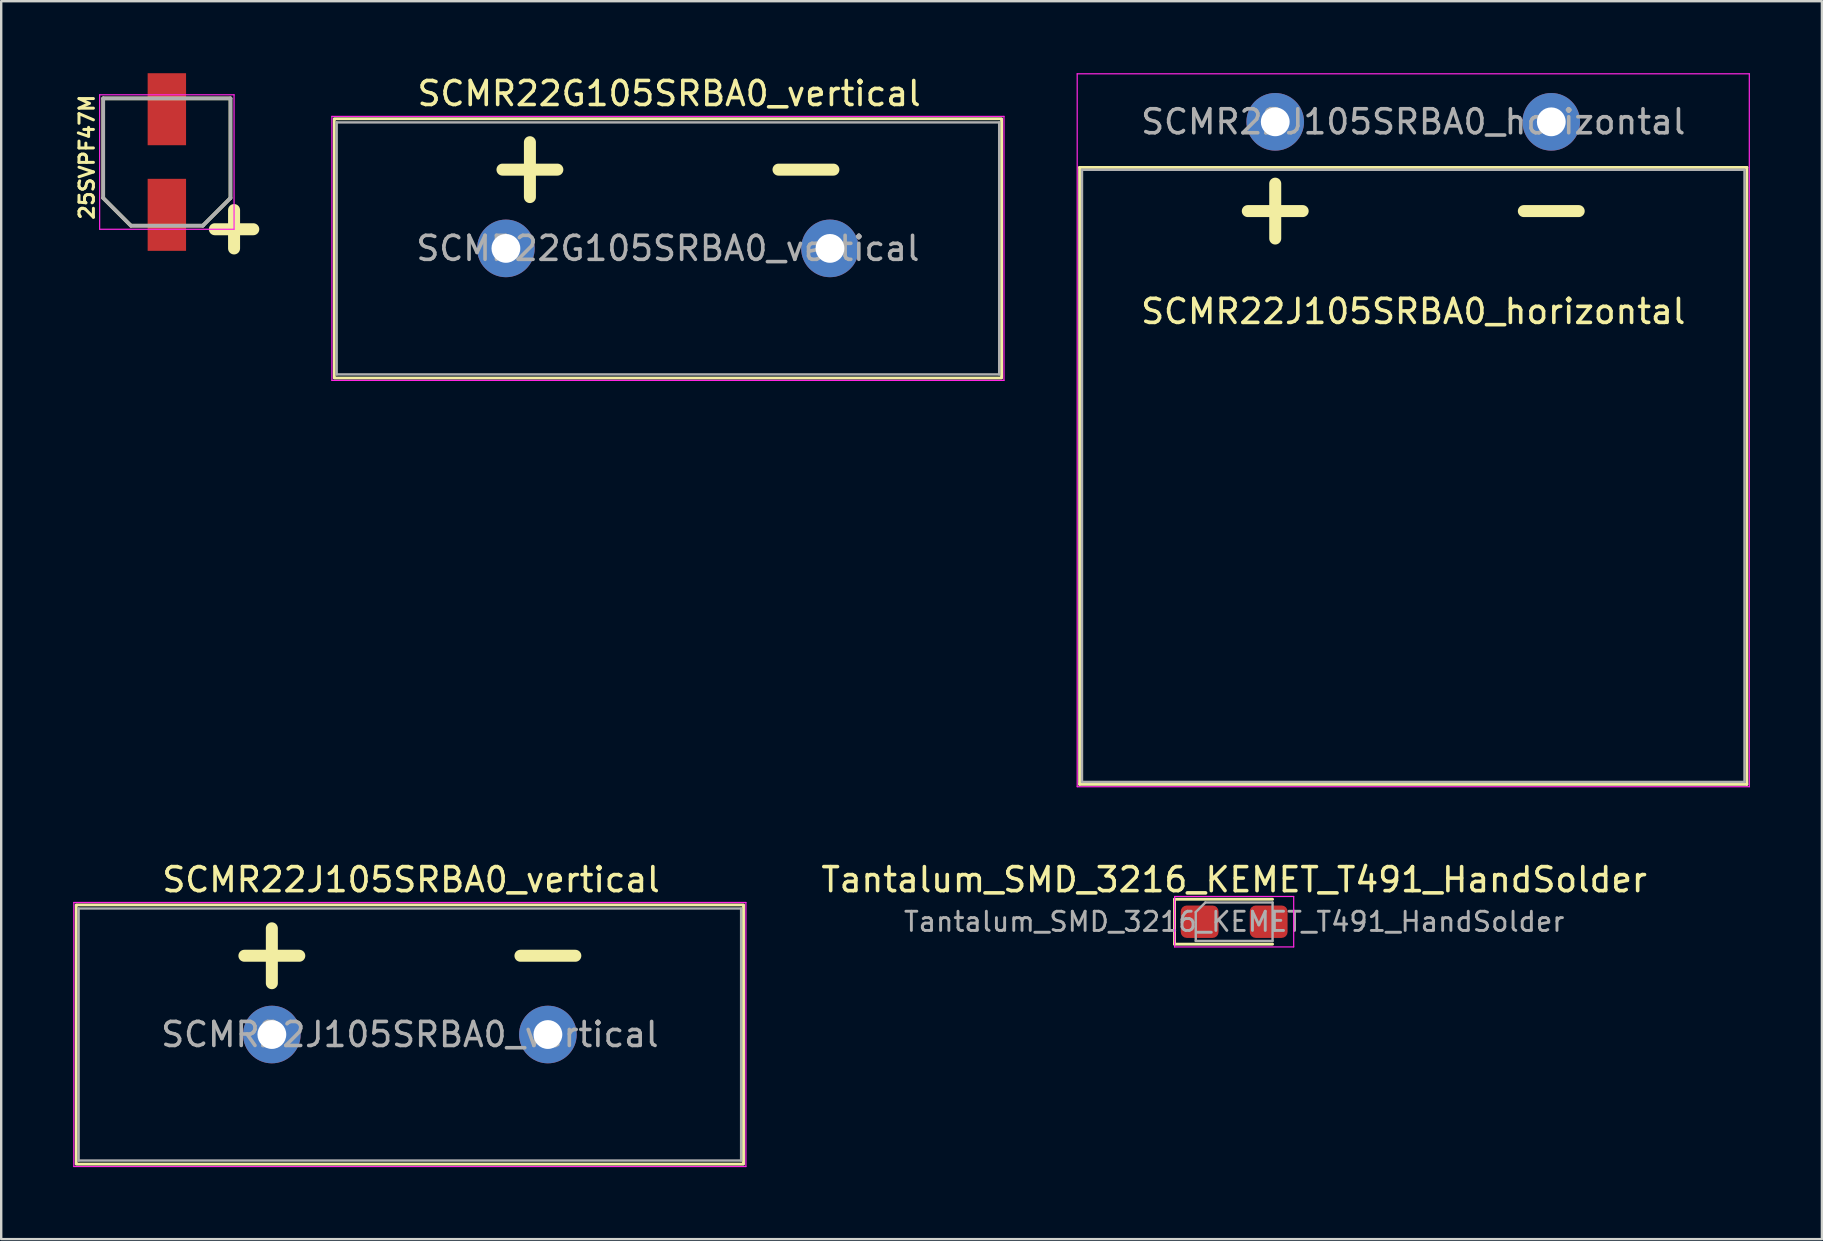
<source format=kicad_pcb>
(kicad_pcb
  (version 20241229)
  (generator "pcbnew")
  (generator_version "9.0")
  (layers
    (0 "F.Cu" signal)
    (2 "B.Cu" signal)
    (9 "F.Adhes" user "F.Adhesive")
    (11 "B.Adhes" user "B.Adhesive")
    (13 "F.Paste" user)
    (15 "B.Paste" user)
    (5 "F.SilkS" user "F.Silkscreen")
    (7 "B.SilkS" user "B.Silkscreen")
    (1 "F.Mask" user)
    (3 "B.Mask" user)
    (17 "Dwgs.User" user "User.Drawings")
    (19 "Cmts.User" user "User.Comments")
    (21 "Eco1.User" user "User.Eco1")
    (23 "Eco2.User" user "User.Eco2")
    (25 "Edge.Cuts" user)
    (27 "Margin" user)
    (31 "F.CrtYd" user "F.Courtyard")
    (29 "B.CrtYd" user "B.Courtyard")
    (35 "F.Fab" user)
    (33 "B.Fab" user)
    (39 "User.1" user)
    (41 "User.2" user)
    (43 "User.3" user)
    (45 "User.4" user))
  (footprint "SCMR22J105SRBA0_vertical"
    (layer "F.Cu")
    (at 14.025 40.048)
    (property "Reference" "SCMR22J105SRBA0_vertical" (at 0.05 -6.45 0) (layer "F.SilkS") (effects (font (size 1 1) (thickness 0.15))))
    (attr through_hole)
    (fp_line (start -13.9 -5.4) (end 13.9 -5.4) (stroke (width 0.12) (type solid)) (layer "F.SilkS"))
    (fp_line (start -13.9 -5.37) (end -13.9 5.37) (stroke (width 0.12) (type solid)) (layer "F.SilkS"))
    (fp_line (start -13.9 5.4) (end 13.9 5.4) (stroke (width 0.12) (type solid)) (layer "F.SilkS"))
    (fp_line (start 13.9 -5.37) (end 13.9 5.37) (stroke (width 0.12) (type solid)) (layer "F.SilkS"))
    (fp_line (start -14 -5.5) (end -14 5.5) (stroke (width 0.05) (type solid)) (layer "F.CrtYd"))
    (fp_line (start -14 5.5) (end 14 5.5) (stroke (width 0.05) (type solid)) (layer "F.CrtYd"))
    (fp_line (start 14 -5.5) (end -14 -5.5) (stroke (width 0.05) (type solid)) (layer "F.CrtYd"))
    (fp_line (start 14 5.5) (end 14 -5.5) (stroke (width 0.05) (type solid)) (layer "F.CrtYd"))
    (fp_line (start -13.8 -5.25) (end -13.8 5.25) (stroke (width 0.1) (type solid)) (layer "F.Fab"))
    (fp_line (start -13.8 5.25) (end 13.8 5.25) (stroke (width 0.1) (type solid)) (layer "F.Fab"))
    (fp_line (start 13.8 -5.25) (end -13.8 -5.25) (stroke (width 0.1) (type solid)) (layer "F.Fab"))
    (fp_line (start 13.8 5.25) (end 13.8 -5.25) (stroke (width 0.1) (type solid)) (layer "F.Fab"))
    (fp_text user "+" (at -5.75 -3.5 0) (layer "F.SilkS") (effects (font (size 3 3) (thickness 0.5))))
    (fp_text user "-" (at 5.75 -3.5 0) (layer "F.SilkS") (effects (font (size 3 3) (thickness 0.5))))
    (fp_text user "${REFERENCE}" (at 0 0 0) (layer "F.Fab") (effects (font (size 1 1) (thickness 0.15))))
    (pad "1" thru_hole circle (at -5.75 0) (size 2.4 2.4) (drill 1.2) (layers "*.Cu" "*.Mask"))
    (pad "2" thru_hole circle (at 5.75 0) (size 2.4 2.4) (drill 1.2) (layers "*.Cu" "*.Mask")))
  (footprint "SCMR22G105SRBA0_vertical"
    (layer "F.Cu")
    (at 24.776 7.298)
    (property "Reference" "SCMR22G105SRBA0_vertical" (at 0.05 -6.45 0) (layer "F.SilkS") (effects (font (size 1 1) (thickness 0.15))))
    (attr through_hole)
    (fp_line (start -13.9 -5.4) (end 13.9 -5.4) (stroke (width 0.12) (type solid)) (layer "F.SilkS"))
    (fp_line (start -13.9 -5.37) (end -13.9 5.37) (stroke (width 0.12) (type solid)) (layer "F.SilkS"))
    (fp_line (start -13.9 5.4) (end 13.9 5.4) (stroke (width 0.12) (type solid)) (layer "F.SilkS"))
    (fp_line (start 13.9 -5.37) (end 13.9 5.37) (stroke (width 0.12) (type solid)) (layer "F.SilkS"))
    (fp_line (start -14 -5.5) (end -14 5.5) (stroke (width 0.05) (type solid)) (layer "F.CrtYd"))
    (fp_line (start -14 5.5) (end 14 5.5) (stroke (width 0.05) (type solid)) (layer "F.CrtYd"))
    (fp_line (start 14 -5.5) (end -14 -5.5) (stroke (width 0.05) (type solid)) (layer "F.CrtYd"))
    (fp_line (start 14 5.5) (end 14 -5.5) (stroke (width 0.05) (type solid)) (layer "F.CrtYd"))
    (fp_line (start -13.8 -5.25) (end -13.8 5.25) (stroke (width 0.1) (type solid)) (layer "F.Fab"))
    (fp_line (start -13.8 5.25) (end 13.8 5.25) (stroke (width 0.1) (type solid)) (layer "F.Fab"))
    (fp_line (start 13.8 -5.25) (end -13.8 -5.25) (stroke (width 0.1) (type solid)) (layer "F.Fab"))
    (fp_line (start 13.8 5.25) (end 13.8 -5.25) (stroke (width 0.1) (type solid)) (layer "F.Fab"))
    (fp_text user "+" (at -5.75 -3.5 0) (layer "F.SilkS") (effects (font (size 3 3) (thickness 0.5))))
    (fp_text user "-" (at 5.75 -3.5 0) (layer "F.SilkS") (effects (font (size 3 3) (thickness 0.5))))
    (fp_text user "${REFERENCE}" (at 0 0 0) (layer "F.Fab") (effects (font (size 1 1) (thickness 0.15))))
    (pad "1" thru_hole circle (at -6.75 0) (size 2.4 2.4) (drill 1.2) (layers "*.Cu" "*.Mask"))
    (pad "2" thru_hole circle (at 6.75 0) (size 2.4 2.4) (drill 1.2) (layers "*.Cu" "*.Mask")))
  (footprint "Tantalum_SMD_3216_KEMET_T491_HandSolder"
    (layer "F.Cu")
    (at 48.365 35.348)
    (property "Reference" "Tantalum_SMD_3216_KEMET_T491_HandSolder" (at 0 -1.75 0) (layer "F.SilkS") (effects (font (size 1 1) (thickness 0.15))))
    (attr smd)
    (fp_line (start -2.485 -0.935) (end -2.485 0.935) (stroke (width 0.12) (type solid)) (layer "F.SilkS"))
    (fp_line (start -2.485 0.935) (end 1.6 0.935) (stroke (width 0.12) (type solid)) (layer "F.SilkS"))
    (fp_line (start 1.6 -0.935) (end -2.485 -0.935) (stroke (width 0.12) (type solid)) (layer "F.SilkS"))
    (fp_line (start -2.48 -1.05) (end 2.48 -1.05) (stroke (width 0.05) (type solid)) (layer "F.CrtYd"))
    (fp_line (start -2.48 1.05) (end -2.48 -1.05) (stroke (width 0.05) (type solid)) (layer "F.CrtYd"))
    (fp_line (start 2.48 -1.05) (end 2.48 1.05) (stroke (width 0.05) (type solid)) (layer "F.CrtYd"))
    (fp_line (start 2.48 1.05) (end -2.48 1.05) (stroke (width 0.05) (type solid)) (layer "F.CrtYd"))
    (fp_line (start -1.6 -0.4) (end -1.6 0.8) (stroke (width 0.1) (type solid)) (layer "F.Fab"))
    (fp_line (start -1.6 0.8) (end 1.6 0.8) (stroke (width 0.1) (type solid)) (layer "F.Fab"))
    (fp_line (start -1.2 -0.8) (end -1.6 -0.4) (stroke (width 0.1) (type solid)) (layer "F.Fab"))
    (fp_line (start 1.6 -0.8) (end -1.2 -0.8) (stroke (width 0.1) (type solid)) (layer "F.Fab"))
    (fp_line (start 1.6 0.8) (end 1.6 -0.8) (stroke (width 0.1) (type solid)) (layer "F.Fab"))
    (fp_text user "${REFERENCE}" (at 0 0 0) (layer "F.Fab") (effects (font (size 0.8 0.8) (thickness 0.12))))
    (pad "1" smd roundrect (at -1.438 0) (size 1.575 1.35) (layers "F.Cu" "F.Mask" "F.Paste") (roundrect_rratio 0.185))
    (pad "2" smd roundrect (at 1.438 0) (size 1.575 1.35) (layers "F.Cu" "F.Mask" "F.Paste") (roundrect_rratio 0.185)))
  (footprint "25SVPF47M"
    (layer "F.Cu")
    (at 3.901 3.7)
    (property "Reference" "25SVPF47M" (at -3.331 -0.201 90) (layer "F.SilkS") (effects (font (size 0.6 0.6) (thickness 0.125))))
    (attr through_hole)
    (fp_line (start -2.65 -2.65) (end -2.65 1.5) (stroke (width 0.15) (type solid)) (layer "F.SilkS"))
    (fp_line (start -2.65 -2.65) (end 2.65 -2.65) (stroke (width 0.15) (type solid)) (layer "F.SilkS"))
    (fp_line (start -2.65 1.5) (end -1.5 2.65) (stroke (width 0.15) (type solid)) (layer "F.SilkS"))
    (fp_line (start -1.5 2.65) (end 1.5 2.65) (stroke (width 0.15) (type solid)) (layer "F.SilkS"))
    (fp_line (start 2 2.8) (end 3.6 2.8) (stroke (width 0.5) (type solid)) (layer "F.SilkS"))
    (fp_line (start 2.65 -2.65) (end 2.65 1.5) (stroke (width 0.15) (type solid)) (layer "F.SilkS"))
    (fp_line (start 2.65 1.5) (end 1.5 2.65) (stroke (width 0.15) (type solid)) (layer "F.SilkS"))
    (fp_line (start 2.8 2) (end 2.8 3.6) (stroke (width 0.5) (type solid)) (layer "F.SilkS"))
    (fp_line (start -2.8 -2.8) (end -2.8 2.8) (stroke (width 0.05) (type solid)) (layer "F.CrtYd"))
    (fp_line (start -2.8 -2.8) (end 2.8 -2.8) (stroke (width 0.05) (type solid)) (layer "F.CrtYd"))
    (fp_line (start -2.8 2.8) (end 2.8 2.8) (stroke (width 0.05) (type solid)) (layer "F.CrtYd"))
    (fp_line (start 2.8 -2.8) (end 2.8 2.8) (stroke (width 0.05) (type solid)) (layer "F.CrtYd"))
    (fp_line (start -2.65 -2.65) (end -2.65 1.5) (stroke (width 0.15) (type solid)) (layer "F.Fab"))
    (fp_line (start -2.65 -2.65) (end 2.65 -2.65) (stroke (width 0.15) (type solid)) (layer "F.Fab"))
    (fp_line (start -2.65 1.5) (end -1.5 2.65) (stroke (width 0.15) (type solid)) (layer "F.Fab"))
    (fp_line (start -1.5 2.65) (end 1.5 2.65) (stroke (width 0.15) (type solid)) (layer "F.Fab"))
    (fp_line (start 2.65 -2.65) (end 2.65 1.5) (stroke (width 0.15) (type solid)) (layer "F.Fab"))
    (fp_line (start 2.65 1.5) (end 1.5 2.65) (stroke (width 0.15) (type solid)) (layer "F.Fab"))
    (pad "1" smd rect (at 0 2.2) (size 1.6 3) (layers "F.Cu" "F.Mask" "F.Paste"))
    (pad "2" smd rect (at 0 -2.2) (size 1.6 3) (layers "F.Cu" "F.Mask" "F.Paste")))
  (footprint "SCMR22J105SRBA0_horizontal"
    (layer "F.Cu")
    (at 55.826 2.025)
    (property "Reference" "SCMR22J105SRBA0_horizontal" (at 0 7.9 0) (layer "F.SilkS") (effects (font (size 1 1) (thickness 0.15))))
    (attr through_hole)
    (fp_line (start -13.9 1.9) (end -13.9 27.6) (stroke (width 0.12) (type solid)) (layer "F.SilkS"))
    (fp_line (start -13.9 1.9) (end 13.9 1.9) (stroke (width 0.12) (type solid)) (layer "F.SilkS"))
    (fp_line (start -13.9 27.6) (end 13.9 27.6) (stroke (width 0.12) (type solid)) (layer "F.SilkS"))
    (fp_line (start 13.9 1.9) (end 13.9 27.6) (stroke (width 0.12) (type solid)) (layer "F.SilkS"))
    (fp_line (start -14 -2) (end -14 27.7) (stroke (width 0.05) (type solid)) (layer "F.CrtYd"))
    (fp_line (start -14 27.7) (end 14 27.7) (stroke (width 0.05) (type solid)) (layer "F.CrtYd"))
    (fp_line (start 14 -2) (end -14 -2) (stroke (width 0.05) (type solid)) (layer "F.CrtYd"))
    (fp_line (start 14 27.7) (end 14 -2) (stroke (width 0.05) (type solid)) (layer "F.CrtYd"))
    (fp_line (start -13.8 2) (end -13.8 27.5) (stroke (width 0.1) (type solid)) (layer "F.Fab"))
    (fp_line (start -13.8 27.5) (end 13.8 27.5) (stroke (width 0.1) (type solid)) (layer "F.Fab"))
    (fp_line (start 13.8 2) (end -13.8 2) (stroke (width 0.1) (type solid)) (layer "F.Fab"))
    (fp_line (start 13.8 27.5) (end 13.8 2) (stroke (width 0.1) (type solid)) (layer "F.Fab"))
    (fp_text user "+" (at -5.75 3.5 0) (layer "F.SilkS") (effects (font (size 3 3) (thickness 0.5))))
    (fp_text user "-" (at 5.75 3.5 0) (layer "F.SilkS") (effects (font (size 3 3) (thickness 0.5))))
    (fp_text user "${REFERENCE}" (at 0 0 0) (layer "F.Fab") (effects (font (size 1 1) (thickness 0.15))))
    (pad "1" thru_hole circle (at -5.75 0) (size 2.4 2.4) (drill 1.2) (layers "*.Cu" "*.Mask"))
    (pad "2" thru_hole circle (at 5.75 0) (size 2.4 2.4) (drill 1.2) (layers "*.Cu" "*.Mask")))
  (gr_rect
    (start -3 -3)
    (end 72.851 48.573)
    (stroke (width 0.1) (type default))
    (fill no)
    (layer "Edge.Cuts")))
</source>
